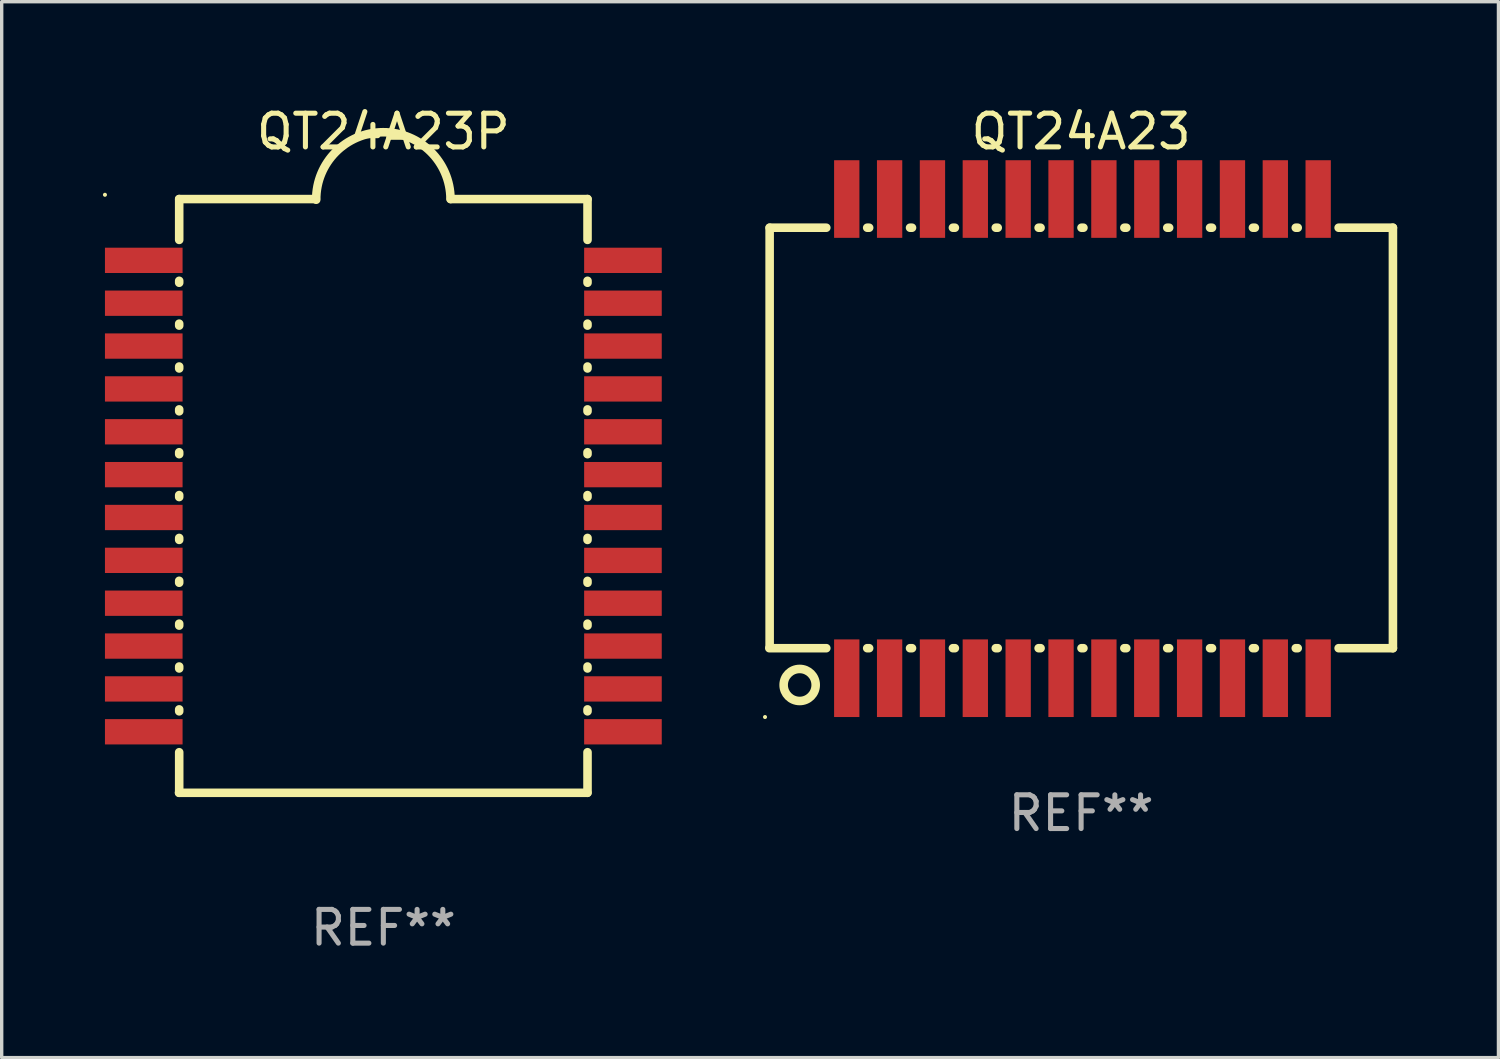
<source format=kicad_pcb>
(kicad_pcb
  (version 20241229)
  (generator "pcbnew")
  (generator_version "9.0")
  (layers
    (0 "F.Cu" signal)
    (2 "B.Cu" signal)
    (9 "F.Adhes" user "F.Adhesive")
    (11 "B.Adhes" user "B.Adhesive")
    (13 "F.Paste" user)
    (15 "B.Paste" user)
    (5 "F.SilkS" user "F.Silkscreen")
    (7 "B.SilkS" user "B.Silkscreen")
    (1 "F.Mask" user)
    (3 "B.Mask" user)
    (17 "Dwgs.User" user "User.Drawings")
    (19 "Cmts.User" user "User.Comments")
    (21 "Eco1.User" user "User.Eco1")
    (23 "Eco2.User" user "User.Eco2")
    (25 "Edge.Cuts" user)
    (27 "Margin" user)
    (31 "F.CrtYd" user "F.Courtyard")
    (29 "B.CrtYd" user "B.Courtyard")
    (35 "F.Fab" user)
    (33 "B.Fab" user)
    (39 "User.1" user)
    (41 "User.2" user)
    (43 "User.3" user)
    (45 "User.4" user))
  (footprint "QT24A23"
    (layer "F.Cu")
    (at 28.987 9.948)
    (property "Reference" "QT24A23" (at 0 -9.1 0) (layer "F.SilkS") (effects (font (size 1 1) (thickness 0.15))))
    (attr through_hole)
    (fp_line (start -9.23 -6.25) (end -7.551 -6.25) (stroke (width 0.254) (type solid)) (layer "F.SilkS"))
    (fp_line (start -9.23 6.16) (end -9.23 -6.25) (stroke (width 0.254) (type solid)) (layer "F.SilkS"))
    (fp_line (start -7.551 6.21) (end -9.24 6.21) (stroke (width 0.254) (type solid)) (layer "F.SilkS"))
    (fp_line (start -6.339 -6.25) (end -6.281 -6.25) (stroke (width 0.254) (type solid)) (layer "F.SilkS"))
    (fp_line (start -6.281 6.21) (end -6.339 6.21) (stroke (width 0.254) (type solid)) (layer "F.SilkS"))
    (fp_line (start -5.069 -6.25) (end -5.011 -6.25) (stroke (width 0.254) (type solid)) (layer "F.SilkS"))
    (fp_line (start -5.011 6.21) (end -5.069 6.21) (stroke (width 0.254) (type solid)) (layer "F.SilkS"))
    (fp_line (start -3.799 -6.25) (end -3.741 -6.25) (stroke (width 0.254) (type solid)) (layer "F.SilkS"))
    (fp_line (start -3.741 6.21) (end -3.799 6.21) (stroke (width 0.254) (type solid)) (layer "F.SilkS"))
    (fp_line (start -2.529 -6.25) (end -2.471 -6.25) (stroke (width 0.254) (type solid)) (layer "F.SilkS"))
    (fp_line (start -2.471 6.21) (end -2.529 6.21) (stroke (width 0.254) (type solid)) (layer "F.SilkS"))
    (fp_line (start -1.259 -6.25) (end -1.201 -6.25) (stroke (width 0.254) (type solid)) (layer "F.SilkS"))
    (fp_line (start -1.201 6.21) (end -1.259 6.21) (stroke (width 0.254) (type solid)) (layer "F.SilkS"))
    (fp_line (start 0.011 -6.25) (end 0.069 -6.25) (stroke (width 0.254) (type solid)) (layer "F.SilkS"))
    (fp_line (start 0.069 6.21) (end 0.011 6.21) (stroke (width 0.254) (type solid)) (layer "F.SilkS"))
    (fp_line (start 1.281 -6.25) (end 1.34 -6.25) (stroke (width 0.254) (type solid)) (layer "F.SilkS"))
    (fp_line (start 1.339 6.21) (end 1.281 6.21) (stroke (width 0.254) (type solid)) (layer "F.SilkS"))
    (fp_line (start 2.553 -6.25) (end 2.609 -6.25) (stroke (width 0.254) (type solid)) (layer "F.SilkS"))
    (fp_line (start 2.609 6.21) (end 2.551 6.21) (stroke (width 0.254) (type solid)) (layer "F.SilkS"))
    (fp_line (start 3.821 -6.25) (end 3.879 -6.25) (stroke (width 0.254) (type solid)) (layer "F.SilkS"))
    (fp_line (start 3.879 6.21) (end 3.821 6.21) (stroke (width 0.254) (type solid)) (layer "F.SilkS"))
    (fp_line (start 5.091 -6.25) (end 5.149 -6.25) (stroke (width 0.254) (type solid)) (layer "F.SilkS"))
    (fp_line (start 5.149 6.21) (end 5.091 6.21) (stroke (width 0.254) (type solid)) (layer "F.SilkS"))
    (fp_line (start 6.361 -6.25) (end 6.419 -6.25) (stroke (width 0.254) (type solid)) (layer "F.SilkS"))
    (fp_line (start 6.419 6.21) (end 6.361 6.21) (stroke (width 0.254) (type solid)) (layer "F.SilkS"))
    (fp_line (start 7.631 -6.25) (end 9.24 -6.25) (stroke (width 0.254) (type solid)) (layer "F.SilkS"))
    (fp_line (start 9.24 -6.25) (end 9.24 6.21) (stroke (width 0.254) (type solid)) (layer "F.SilkS"))
    (fp_line (start 9.24 6.21) (end 7.631 6.21) (stroke (width 0.254) (type solid)) (layer "F.SilkS"))
    (fp_circle (center -9.367 8.25) (end -9.337 8.25) (stroke (width 0.06) (type solid)) (fill no) (layer "F.SilkS"))
    (fp_circle (center -8.34 7.3) (end -7.865 7.3) (stroke (width 0.254) (type solid)) (fill no) (layer "F.SilkS"))
    (fp_text user "REF**" (at 0 11.1 0) (layer "F.Fab") (effects (font (size 1 1) (thickness 0.15))))
    (pad "1" smd rect (at -6.945 7.1 90) (size 2.3 0.75) (layers "F.Cu" "F.Mask" "F.Paste"))
    (pad "2" smd rect (at -5.675 7.1 270) (size 2.3 0.75) (layers "F.Cu" "F.Mask" "F.Paste"))
    (pad "3" smd rect (at -4.405 7.1 270) (size 2.3 0.75) (layers "F.Cu" "F.Mask" "F.Paste"))
    (pad "4" smd rect (at -3.135 7.1 270) (size 2.3 0.75) (layers "F.Cu" "F.Mask" "F.Paste"))
    (pad "5" smd rect (at -1.865 7.1 270) (size 2.3 0.75) (layers "F.Cu" "F.Mask" "F.Paste"))
    (pad "6" smd rect (at -0.595 7.1 270) (size 2.3 0.75) (layers "F.Cu" "F.Mask" "F.Paste"))
    (pad "7" smd rect (at 0.675 7.1 270) (size 2.3 0.75) (layers "F.Cu" "F.Mask" "F.Paste"))
    (pad "8" smd rect (at 1.945 7.1 270) (size 2.3 0.75) (layers "F.Cu" "F.Mask" "F.Paste"))
    (pad "9" smd rect (at 3.215 7.1 270) (size 2.3 0.75) (layers "F.Cu" "F.Mask" "F.Paste"))
    (pad "10" smd rect (at 4.485 7.1 270) (size 2.3 0.75) (layers "F.Cu" "F.Mask" "F.Paste"))
    (pad "11" smd rect (at 5.755 7.1 270) (size 2.3 0.75) (layers "F.Cu" "F.Mask" "F.Paste"))
    (pad "12" smd rect (at 7.025 7.1 270) (size 2.3 0.75) (layers "F.Cu" "F.Mask" "F.Paste"))
    (pad "13" smd rect (at 7.025 -7.1 270) (size 2.3 0.75) (layers "F.Cu" "F.Mask" "F.Paste"))
    (pad "14" smd rect (at 5.755 -7.1 270) (size 2.3 0.75) (layers "F.Cu" "F.Mask" "F.Paste"))
    (pad "15" smd rect (at 4.485 -7.1 270) (size 2.3 0.75) (layers "F.Cu" "F.Mask" "F.Paste"))
    (pad "16" smd rect (at 3.215 -7.1 270) (size 2.3 0.75) (layers "F.Cu" "F.Mask" "F.Paste"))
    (pad "17" smd rect (at 1.947 -7.1 270) (size 2.3 0.75) (layers "F.Cu" "F.Mask" "F.Paste"))
    (pad "18" smd rect (at 0.675 -7.1 270) (size 2.3 0.75) (layers "F.Cu" "F.Mask" "F.Paste"))
    (pad "19" smd rect (at -0.595 -7.1 270) (size 2.3 0.75) (layers "F.Cu" "F.Mask" "F.Paste"))
    (pad "20" smd rect (at -1.865 -7.1 270) (size 2.3 0.75) (layers "F.Cu" "F.Mask" "F.Paste"))
    (pad "21" smd rect (at -3.135 -7.1 270) (size 2.3 0.75) (layers "F.Cu" "F.Mask" "F.Paste"))
    (pad "22" smd rect (at -4.405 -7.1 270) (size 2.3 0.75) (layers "F.Cu" "F.Mask" "F.Paste"))
    (pad "23" smd rect (at -5.675 -7.1 270) (size 2.3 0.75) (layers "F.Cu" "F.Mask" "F.Paste"))
    (pad "24" smd rect (at -6.945 -7.1 270) (size 2.3 0.75) (layers "F.Cu" "F.Mask" "F.Paste")))
  (footprint "QT24A23P"
    (layer "F.Cu")
    (at 8.31 11.646)
    (property "Reference" "QT24A23P" (at 0 -10.797 0) (layer "F.SilkS") (effects (font (size 1 1) (thickness 0.15))))
    (attr through_hole)
    (fp_line (start -6.05 -8.797) (end -6.05 -7.587) (stroke (width 0.254) (type solid)) (layer "F.SilkS"))
    (fp_line (start -6.05 -8.797) (end -2 -8.797) (stroke (width 0.254) (type solid)) (layer "F.SilkS"))
    (fp_line (start -6.05 -6.375) (end -6.05 -6.317) (stroke (width 0.254) (type solid)) (layer "F.SilkS"))
    (fp_line (start -6.05 -5.105) (end -6.05 -5.047) (stroke (width 0.254) (type solid)) (layer "F.SilkS"))
    (fp_line (start -6.05 -3.835) (end -6.05 -3.777) (stroke (width 0.254) (type solid)) (layer "F.SilkS"))
    (fp_line (start -6.05 -2.565) (end -6.05 -2.507) (stroke (width 0.254) (type solid)) (layer "F.SilkS"))
    (fp_line (start -6.05 -1.295) (end -6.05 -1.237) (stroke (width 0.254) (type solid)) (layer "F.SilkS"))
    (fp_line (start -6.05 -0.025) (end -6.05 0.033) (stroke (width 0.254) (type solid)) (layer "F.SilkS"))
    (fp_line (start -6.05 1.245) (end -6.05 1.303) (stroke (width 0.254) (type solid)) (layer "F.SilkS"))
    (fp_line (start -6.05 2.515) (end -6.05 2.573) (stroke (width 0.254) (type solid)) (layer "F.SilkS"))
    (fp_line (start -6.05 3.785) (end -6.05 3.843) (stroke (width 0.254) (type solid)) (layer "F.SilkS"))
    (fp_line (start -6.05 5.055) (end -6.05 5.113) (stroke (width 0.254) (type solid)) (layer "F.SilkS"))
    (fp_line (start -6.05 6.325) (end -6.05 6.383) (stroke (width 0.254) (type solid)) (layer "F.SilkS"))
    (fp_line (start -6.05 7.595) (end -6.05 8.797) (stroke (width 0.254) (type solid)) (layer "F.SilkS"))
    (fp_line (start 6.045 8.797) (end -6.055 8.797) (stroke (width 0.254) (type solid)) (layer "F.SilkS"))
    (fp_line (start 6.05 -8.797) (end 2 -8.797) (stroke (width 0.254) (type solid)) (layer "F.SilkS"))
    (fp_line (start 6.05 -8.797) (end 6.05 -7.587) (stroke (width 0.254) (type solid)) (layer "F.SilkS"))
    (fp_line (start 6.05 -6.375) (end 6.05 -6.317) (stroke (width 0.254) (type solid)) (layer "F.SilkS"))
    (fp_line (start 6.05 -5.105) (end 6.05 -5.047) (stroke (width 0.254) (type solid)) (layer "F.SilkS"))
    (fp_line (start 6.05 -3.835) (end 6.05 -3.777) (stroke (width 0.254) (type solid)) (layer "F.SilkS"))
    (fp_line (start 6.05 -2.565) (end 6.05 -2.507) (stroke (width 0.254) (type solid)) (layer "F.SilkS"))
    (fp_line (start 6.05 -1.295) (end 6.05 -1.237) (stroke (width 0.254) (type solid)) (layer "F.SilkS"))
    (fp_line (start 6.05 -0.025) (end 6.05 0.033) (stroke (width 0.254) (type solid)) (layer "F.SilkS"))
    (fp_line (start 6.05 1.245) (end 6.05 1.304) (stroke (width 0.254) (type solid)) (layer "F.SilkS"))
    (fp_line (start 6.05 2.517) (end 6.05 2.573) (stroke (width 0.254) (type solid)) (layer "F.SilkS"))
    (fp_line (start 6.05 3.785) (end 6.05 3.843) (stroke (width 0.254) (type solid)) (layer "F.SilkS"))
    (fp_line (start 6.05 5.055) (end 6.05 5.113) (stroke (width 0.254) (type solid)) (layer "F.SilkS"))
    (fp_line (start 6.05 6.325) (end 6.05 6.383) (stroke (width 0.254) (type solid)) (layer "F.SilkS"))
    (fp_line (start 6.05 7.595) (end 6.05 8.797) (stroke (width 0.254) (type solid)) (layer "F.SilkS"))
    (fp_arc (start -1.989992 -8.777483) (mid -0.009945 -10.767525) (end 1.989992 -8.797473) (stroke (width 0.254001) (type solid)) (layer "F.SilkS"))
    (fp_circle (center -8.25 -8.924) (end -8.22 -8.924) (stroke (width 0.06) (type solid)) (fill no) (layer "F.SilkS"))
    (fp_text user "REF**" (at 0 12.797 0) (layer "F.Fab") (effects (font (size 1 1) (thickness 0.15))))
    (pad "1" smd rect (at -7.1 -6.981) (size 2.3 0.75) (layers "F.Cu" "F.Mask" "F.Paste"))
    (pad "2" smd rect (at -7.1 -5.711 180) (size 2.3 0.75) (layers "F.Cu" "F.Mask" "F.Paste"))
    (pad "3" smd rect (at -7.1 -4.441 180) (size 2.3 0.75) (layers "F.Cu" "F.Mask" "F.Paste"))
    (pad "4" smd rect (at -7.1 -3.171 180) (size 2.3 0.75) (layers "F.Cu" "F.Mask" "F.Paste"))
    (pad "5" smd rect (at -7.1 -1.901 180) (size 2.3 0.75) (layers "F.Cu" "F.Mask" "F.Paste"))
    (pad "6" smd rect (at -7.1 -0.631 180) (size 2.3 0.75) (layers "F.Cu" "F.Mask" "F.Paste"))
    (pad "7" smd rect (at -7.1 0.639 180) (size 2.3 0.75) (layers "F.Cu" "F.Mask" "F.Paste"))
    (pad "8" smd rect (at -7.1 1.909 180) (size 2.3 0.75) (layers "F.Cu" "F.Mask" "F.Paste"))
    (pad "9" smd rect (at -7.1 3.179 180) (size 2.3 0.75) (layers "F.Cu" "F.Mask" "F.Paste"))
    (pad "10" smd rect (at -7.1 4.449 180) (size 2.3 0.75) (layers "F.Cu" "F.Mask" "F.Paste"))
    (pad "11" smd rect (at -7.1 5.719 180) (size 2.3 0.75) (layers "F.Cu" "F.Mask" "F.Paste"))
    (pad "12" smd rect (at -7.1 6.989 180) (size 2.3 0.75) (layers "F.Cu" "F.Mask" "F.Paste"))
    (pad "13" smd rect (at 7.1 6.989 180) (size 2.3 0.75) (layers "F.Cu" "F.Mask" "F.Paste"))
    (pad "14" smd rect (at 7.1 5.719 180) (size 2.3 0.75) (layers "F.Cu" "F.Mask" "F.Paste"))
    (pad "15" smd rect (at 7.1 4.449 180) (size 2.3 0.75) (layers "F.Cu" "F.Mask" "F.Paste"))
    (pad "16" smd rect (at 7.1 3.179 180) (size 2.3 0.75) (layers "F.Cu" "F.Mask" "F.Paste"))
    (pad "17" smd rect (at 7.1 1.911 180) (size 2.3 0.75) (layers "F.Cu" "F.Mask" "F.Paste"))
    (pad "18" smd rect (at 7.1 0.639 180) (size 2.3 0.75) (layers "F.Cu" "F.Mask" "F.Paste"))
    (pad "19" smd rect (at 7.1 -0.631 180) (size 2.3 0.75) (layers "F.Cu" "F.Mask" "F.Paste"))
    (pad "20" smd rect (at 7.1 -1.901 180) (size 2.3 0.75) (layers "F.Cu" "F.Mask" "F.Paste"))
    (pad "21" smd rect (at 7.1 -3.171 180) (size 2.3 0.75) (layers "F.Cu" "F.Mask" "F.Paste"))
    (pad "22" smd rect (at 7.1 -4.441 180) (size 2.3 0.75) (layers "F.Cu" "F.Mask" "F.Paste"))
    (pad "23" smd rect (at 7.1 -5.711 180) (size 2.3 0.75) (layers "F.Cu" "F.Mask" "F.Paste"))
    (pad "24" smd rect (at 7.1 -6.981 180) (size 2.3 0.75) (layers "F.Cu" "F.Mask" "F.Paste")))
  (gr_rect
    (start -3 -3)
    (end 41.354 28.291)
    (stroke (width 0.1) (type default))
    (fill no)
    (layer "Edge.Cuts")))
</source>
